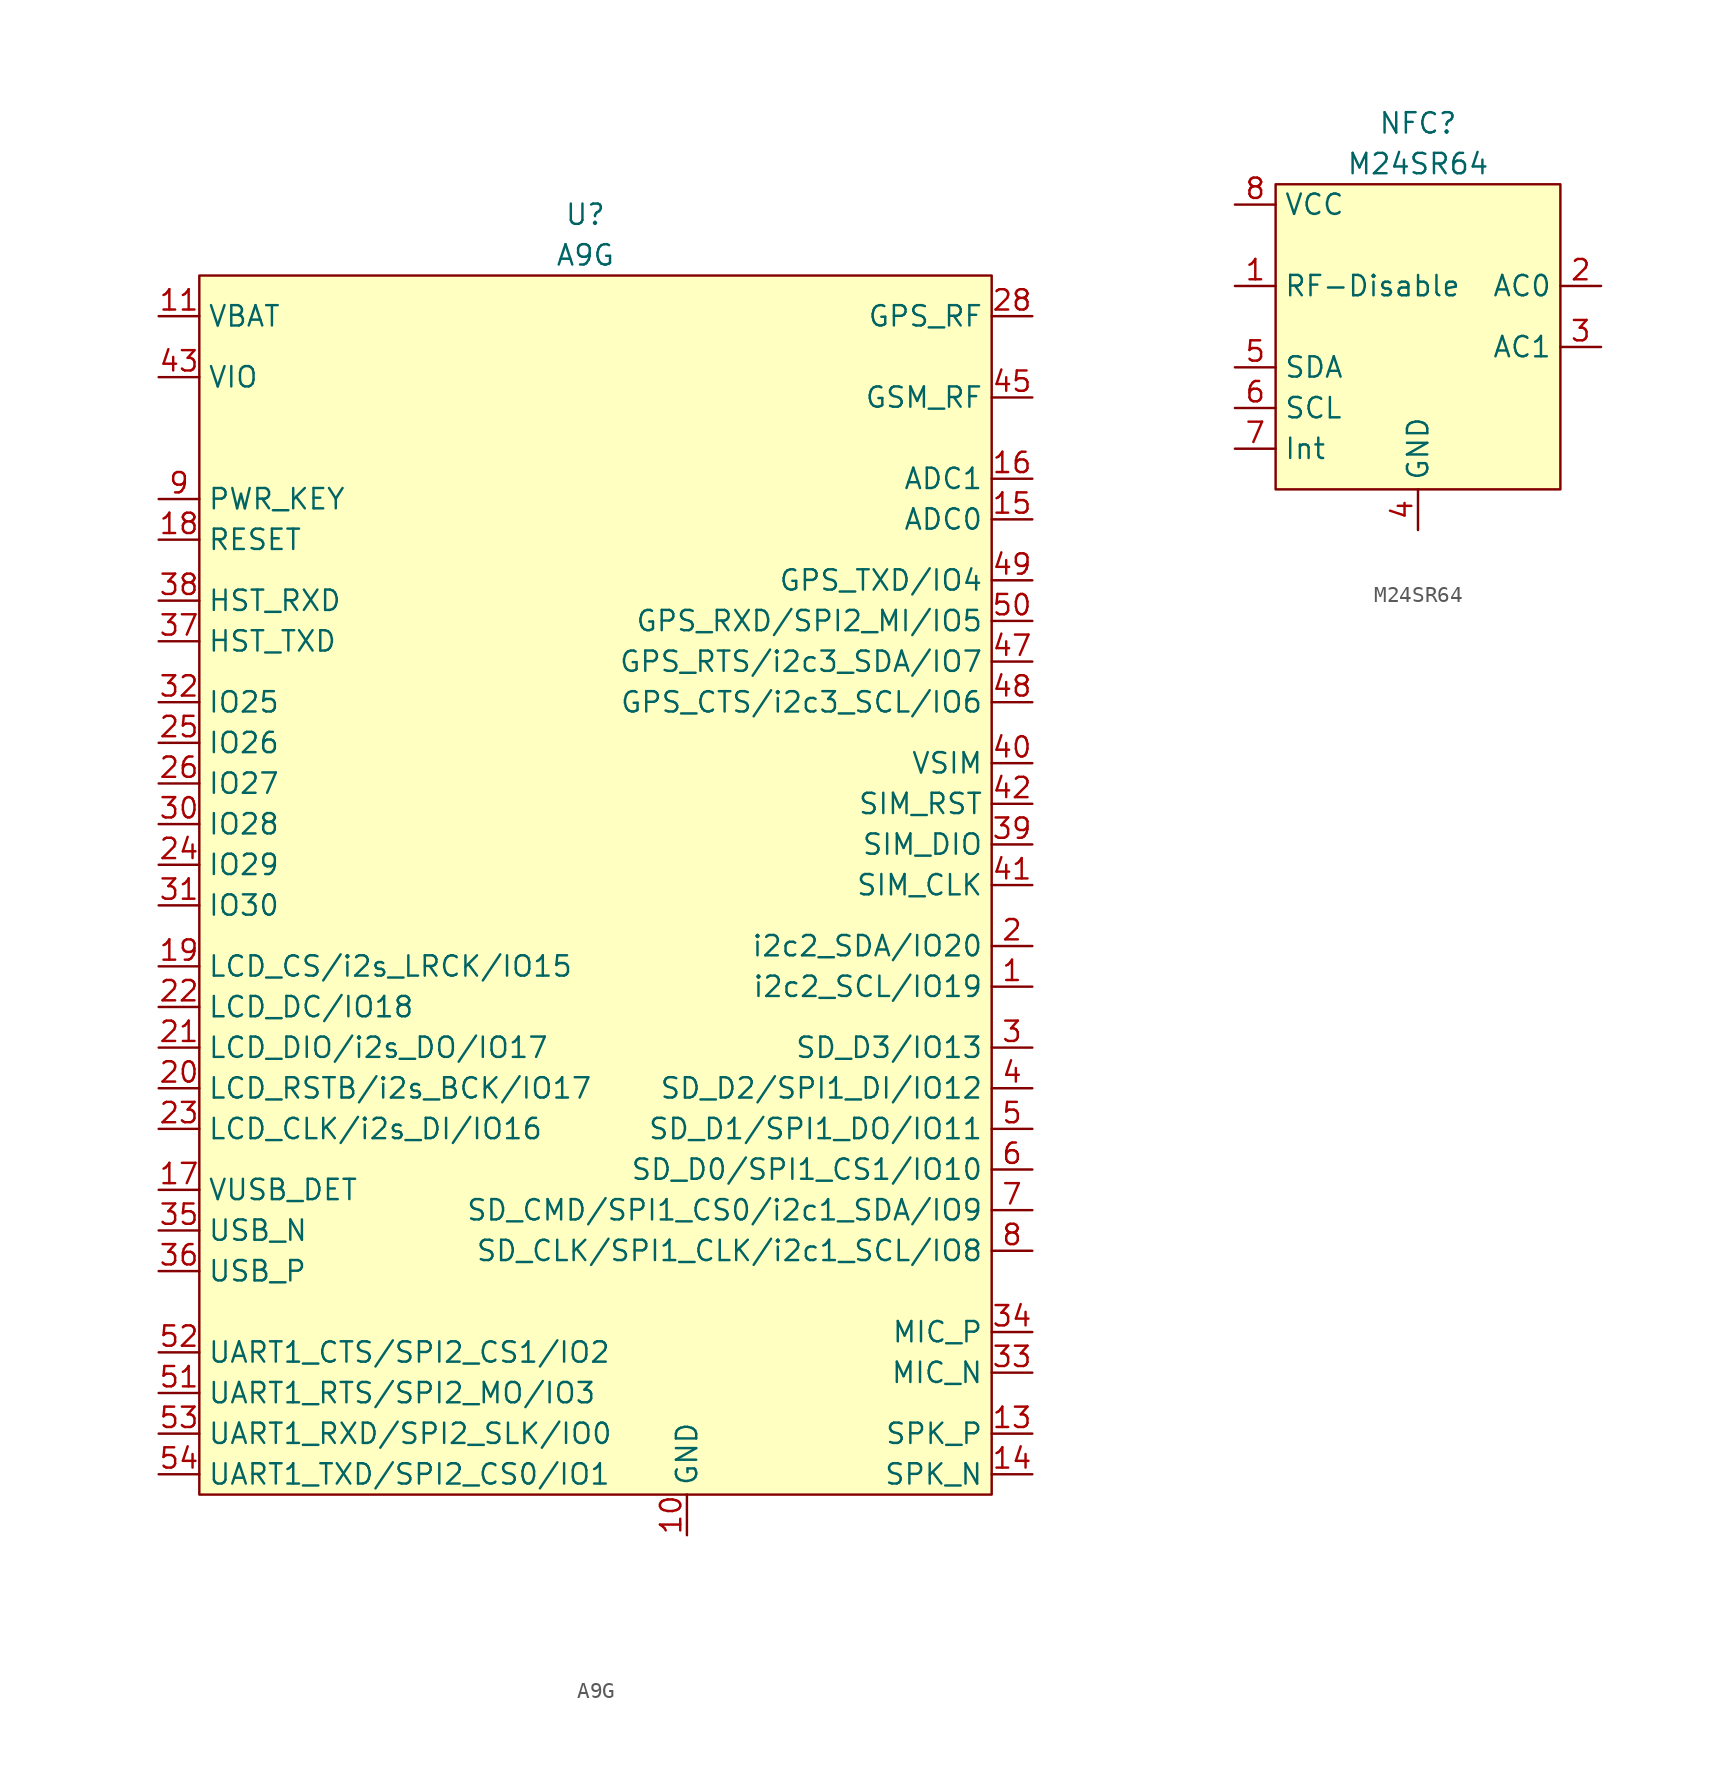
<source format=kicad_sym>
(kicad_symbol_lib
  (version 20220914)
  (generator kicad_symbol_editor)
  (symbol "A9G"
    (property "Reference" "U"
      (at 0 3.81 0)
      (effects (font (size 1.27 1.27))))
    (property "Value" "A9G"
      (at 0 1.27 0)
      (effects (font (size 1.27 1.27))))
    (symbol "A9G_0_1"
      (rectangle (start 25.4 -76.2) (end -24.13 0) (stroke (width 0) (type default)) (fill (type background))))
    (symbol "A9G_1_1"
      (pin bidirectional line (at 27.94 -44.45 180) (length 2.54) (name "i2c2_SCL/IO19" (effects (font (size 1.27 1.27)))) (number "1" (effects (font (size 1.27 1.27)))))
      (pin power_in line (at 6.35 -78.74 90) (length 2.54) (name "GND" (effects (font (size 1.27 1.27)))) (number "10" (effects (font (size 1.27 1.27)))))
      (pin power_in line (at -26.67 -2.54 0) (length 2.54) (name "VBAT" (effects (font (size 1.27 1.27)))) (number "11" (effects (font (size 1.27 1.27)))))
      (pin power_in line (at -26.67 -2.54 0) (length 2.54) hide (name "vbat" (effects (font (size 1.27 1.27)))) (number "12" (effects (font (size 1.27 1.27)))))
      (pin output line (at 27.94 -72.39 180) (length 2.54) (name "SPK_P" (effects (font (size 1.27 1.27)))) (number "13" (effects (font (size 1.27 1.27)))))
      (pin output line (at 27.94 -74.93 180) (length 2.54) (name "SPK_N" (effects (font (size 1.27 1.27)))) (number "14" (effects (font (size 1.27 1.27)))))
      (pin input line (at 27.94 -15.24 180) (length 2.54) (name "ADC0" (effects (font (size 1.27 1.27)))) (number "15" (effects (font (size 1.27 1.27)))))
      (pin input line (at 27.94 -12.7 180) (length 2.54) (name "ADC1" (effects (font (size 1.27 1.27)))) (number "16" (effects (font (size 1.27 1.27)))))
      (pin power_in line (at -26.67 -57.15 0) (length 2.54) (name "VUSB_DET" (effects (font (size 1.27 1.27)))) (number "17" (effects (font (size 1.27 1.27)))))
      (pin input line (at -26.67 -16.51 0) (length 2.54) (name "RESET" (effects (font (size 1.27 1.27)))) (number "18" (effects (font (size 1.27 1.27)))))
      (pin bidirectional line (at -26.67 -43.18 0) (length 2.54) (name "LCD_CS/i2s_LRCK/IO15" (effects (font (size 1.27 1.27)))) (number "19" (effects (font (size 1.27 1.27)))))
      (pin bidirectional line (at 27.94 -41.91 180) (length 2.54) (name "i2c2_SDA/IO20" (effects (font (size 1.27 1.27)))) (number "2" (effects (font (size 1.27 1.27)))))
      (pin bidirectional line (at -26.67 -50.8 0) (length 2.54) (name "LCD_RSTB/i2s_BCK/IO17" (effects (font (size 1.27 1.27)))) (number "20" (effects (font (size 1.27 1.27)))))
      (pin bidirectional line (at -26.67 -48.26 0) (length 2.54) (name "LCD_DIO/i2s_DO/IO17" (effects (font (size 1.27 1.27)))) (number "21" (effects (font (size 1.27 1.27)))))
      (pin bidirectional line (at -26.67 -45.72 0) (length 2.54) (name "LCD_DC/IO18" (effects (font (size 1.27 1.27)))) (number "22" (effects (font (size 1.27 1.27)))))
      (pin bidirectional line (at -26.67 -53.34 0) (length 2.54) (name "LCD_CLK/i2s_DI/IO16" (effects (font (size 1.27 1.27)))) (number "23" (effects (font (size 1.27 1.27)))))
      (pin bidirectional line (at -26.67 -36.83 0) (length 2.54) (name "IO29" (effects (font (size 1.27 1.27)))) (number "24" (effects (font (size 1.27 1.27)))))
      (pin bidirectional line (at -26.67 -29.21 0) (length 2.54) (name "IO26" (effects (font (size 1.27 1.27)))) (number "25" (effects (font (size 1.27 1.27)))))
      (pin bidirectional line (at -26.67 -31.75 0) (length 2.54) (name "IO27" (effects (font (size 1.27 1.27)))) (number "26" (effects (font (size 1.27 1.27)))))
      (pin power_in line (at 6.35 -78.74 90) (length 2.54) hide (name "gnd" (effects (font (size 1.27 1.27)))) (number "27" (effects (font (size 1.27 1.27)))))
      (pin input line (at 27.94 -2.54 180) (length 2.54) (name "GPS_RF" (effects (font (size 1.27 1.27)))) (number "28" (effects (font (size 1.27 1.27)))))
      (pin power_in line (at 6.35 -78.74 90) (length 2.54) hide (name "gnd" (effects (font (size 1.27 1.27)))) (number "29" (effects (font (size 1.27 1.27)))))
      (pin bidirectional line (at 27.94 -48.26 180) (length 2.54) (name "SD_D3/IO13" (effects (font (size 1.27 1.27)))) (number "3" (effects (font (size 1.27 1.27)))))
      (pin bidirectional line (at -26.67 -34.29 0) (length 2.54) (name "IO28" (effects (font (size 1.27 1.27)))) (number "30" (effects (font (size 1.27 1.27)))))
      (pin bidirectional line (at -26.67 -39.37 0) (length 2.54) (name "IO30" (effects (font (size 1.27 1.27)))) (number "31" (effects (font (size 1.27 1.27)))))
      (pin bidirectional line (at -26.67 -26.67 0) (length 2.54) (name "IO25" (effects (font (size 1.27 1.27)))) (number "32" (effects (font (size 1.27 1.27)))))
      (pin input line (at 27.94 -68.58 180) (length 2.54) (name "MIC_N" (effects (font (size 1.27 1.27)))) (number "33" (effects (font (size 1.27 1.27)))))
      (pin input line (at 27.94 -66.04 180) (length 2.54) (name "MIC_P" (effects (font (size 1.27 1.27)))) (number "34" (effects (font (size 1.27 1.27)))))
      (pin bidirectional line (at -26.67 -59.69 0) (length 2.54) (name "USB_N" (effects (font (size 1.27 1.27)))) (number "35" (effects (font (size 1.27 1.27)))))
      (pin bidirectional line (at -26.67 -62.23 0) (length 2.54) (name "USB_P" (effects (font (size 1.27 1.27)))) (number "36" (effects (font (size 1.27 1.27)))))
      (pin output line (at -26.67 -22.86 0) (length 2.54) (name "HST_TXD" (effects (font (size 1.27 1.27)))) (number "37" (effects (font (size 1.27 1.27)))))
      (pin input line (at -26.67 -20.32 0) (length 2.54) (name "HST_RXD" (effects (font (size 1.27 1.27)))) (number "38" (effects (font (size 1.27 1.27)))))
      (pin bidirectional line (at 27.94 -35.56 180) (length 2.54) (name "SIM_DIO" (effects (font (size 1.27 1.27)))) (number "39" (effects (font (size 1.27 1.27)))))
      (pin bidirectional line (at 27.94 -50.8 180) (length 2.54) (name "SD_D2/SPI1_DI/IO12" (effects (font (size 1.27 1.27)))) (number "4" (effects (font (size 1.27 1.27)))))
      (pin power_out line (at 27.94 -30.48 180) (length 2.54) (name "VSIM" (effects (font (size 1.27 1.27)))) (number "40" (effects (font (size 1.27 1.27)))))
      (pin output line (at 27.94 -38.1 180) (length 2.54) (name "SIM_CLK" (effects (font (size 1.27 1.27)))) (number "41" (effects (font (size 1.27 1.27)))))
      (pin output line (at 27.94 -33.02 180) (length 2.54) (name "SIM_RST" (effects (font (size 1.27 1.27)))) (number "42" (effects (font (size 1.27 1.27)))))
      (pin power_in line (at -26.67 -6.35 0) (length 2.54) (name "VIO" (effects (font (size 1.27 1.27)))) (number "43" (effects (font (size 1.27 1.27)))))
      (pin power_in line (at 6.35 -78.74 90) (length 2.54) hide (name "gnd" (effects (font (size 1.27 1.27)))) (number "44" (effects (font (size 1.27 1.27)))))
      (pin input line (at 27.94 -7.62 180) (length 2.54) (name "GSM_RF" (effects (font (size 1.27 1.27)))) (number "45" (effects (font (size 1.27 1.27)))))
      (pin power_in line (at 6.35 -78.74 90) (length 2.54) hide (name "gnd" (effects (font (size 1.27 1.27)))) (number "46" (effects (font (size 1.27 1.27)))))
      (pin bidirectional line (at 27.94 -24.13 180) (length 2.54) (name "GPS_RTS/i2c3_SDA/IO7" (effects (font (size 1.27 1.27)))) (number "47" (effects (font (size 1.27 1.27)))))
      (pin bidirectional line (at 27.94 -26.67 180) (length 2.54) (name "GPS_CTS/i2c3_SCL/IO6" (effects (font (size 1.27 1.27)))) (number "48" (effects (font (size 1.27 1.27)))))
      (pin bidirectional line (at 27.94 -19.05 180) (length 2.54) (name "GPS_TXD/IO4" (effects (font (size 1.27 1.27)))) (number "49" (effects (font (size 1.27 1.27)))))
      (pin bidirectional line (at 27.94 -53.34 180) (length 2.54) (name "SD_D1/SPI1_DO/IO11" (effects (font (size 1.27 1.27)))) (number "5" (effects (font (size 1.27 1.27)))))
      (pin bidirectional line (at 27.94 -21.59 180) (length 2.54) (name "GPS_RXD/SPI2_MI/IO5" (effects (font (size 1.27 1.27)))) (number "50" (effects (font (size 1.27 1.27)))))
      (pin bidirectional line (at -26.67 -69.85 0) (length 2.54) (name "UART1_RTS/SPI2_MO/IO3" (effects (font (size 1.27 1.27)))) (number "51" (effects (font (size 1.27 1.27)))))
      (pin bidirectional line (at -26.67 -67.31 0) (length 2.54) (name "UART1_CTS/SPI2_CS1/IO2" (effects (font (size 1.27 1.27)))) (number "52" (effects (font (size 1.27 1.27)))))
      (pin bidirectional line (at -26.67 -72.39 0) (length 2.54) (name "UART1_RXD/SPI2_SLK/IO0" (effects (font (size 1.27 1.27)))) (number "53" (effects (font (size 1.27 1.27)))))
      (pin bidirectional line (at -26.67 -74.93 0) (length 2.54) (name "UART1_TXD/SPI2_CS0/IO1" (effects (font (size 1.27 1.27)))) (number "54" (effects (font (size 1.27 1.27)))))
      (pin power_in line (at 6.35 -78.74 90) (length 2.54) hide (name "gnd" (effects (font (size 1.27 1.27)))) (number "55" (effects (font (size 1.27 1.27)))))
      (pin power_in line (at 6.35 -78.74 90) (length 2.54) hide (name "gnd" (effects (font (size 1.27 1.27)))) (number "56" (effects (font (size 1.27 1.27)))))
      (pin bidirectional line (at 27.94 -55.88 180) (length 2.54) (name "SD_D0/SPI1_CS1/IO10" (effects (font (size 1.27 1.27)))) (number "6" (effects (font (size 1.27 1.27)))))
      (pin bidirectional line (at 27.94 -58.42 180) (length 2.54) (name "SD_CMD/SPI1_CS0/i2c1_SDA/IO9" (effects (font (size 1.27 1.27)))) (number "7" (effects (font (size 1.27 1.27)))))
      (pin bidirectional line (at 27.94 -60.96 180) (length 2.54) (name "SD_CLK/SPI1_CLK/i2c1_SCL/IO8" (effects (font (size 1.27 1.27)))) (number "8" (effects (font (size 1.27 1.27)))))
      (pin input line (at -26.67 -13.97 0) (length 2.54) (name "PWR_KEY" (effects (font (size 1.27 1.27)))) (number "9" (effects (font (size 1.27 1.27)))))))
  (symbol "M24SR64"
    (property "Reference" "NFC"
      (at 0 5.08 0)
      (effects (font (size 1.27 1.27))))
    (property "Value" "M24SR64"
      (at 0 2.54 0)
      (effects (font (size 1.27 1.27))))
    (symbol "M24SR64_0_1"
      (rectangle (start -8.89 1.27) (end 8.89 -17.78) (stroke (width 0) (type default)) (fill (type background))))
    (symbol "M24SR64_1_1"
      (pin input line (at -11.43 -5.08 0) (length 2.54) (name "RF-Disable" (effects (font (size 1.27 1.27)))) (number "1" (effects (font (size 1.27 1.27)))))
      (pin unspecified line (at 11.43 -5.08 180) (length 2.54) (name "AC0" (effects (font (size 1.27 1.27)))) (number "2" (effects (font (size 1.27 1.27)))))
      (pin unspecified line (at 11.43 -8.89 180) (length 2.54) (name "AC1" (effects (font (size 1.27 1.27)))) (number "3" (effects (font (size 1.27 1.27)))))
      (pin power_in line (at 0 -20.32 90) (length 2.54) (name "GND" (effects (font (size 1.27 1.27)))) (number "4" (effects (font (size 1.27 1.27)))))
      (pin bidirectional line (at -11.43 -10.16 0) (length 2.54) (name "SDA" (effects (font (size 1.27 1.27)))) (number "5" (effects (font (size 1.27 1.27)))))
      (pin input line (at -11.43 -12.7 0) (length 2.54) (name "SCL" (effects (font (size 1.27 1.27)))) (number "6" (effects (font (size 1.27 1.27)))))
      (pin open_collector line (at -11.43 -15.24 0) (length 2.54) (name "Int" (effects (font (size 1.27 1.27)))) (number "7" (effects (font (size 1.27 1.27)))))
      (pin power_in line (at -11.43 0 0) (length 2.54) (name "VCC" (effects (font (size 1.27 1.27)))) (number "8" (effects (font (size 1.27 1.27))))))))
</source>
